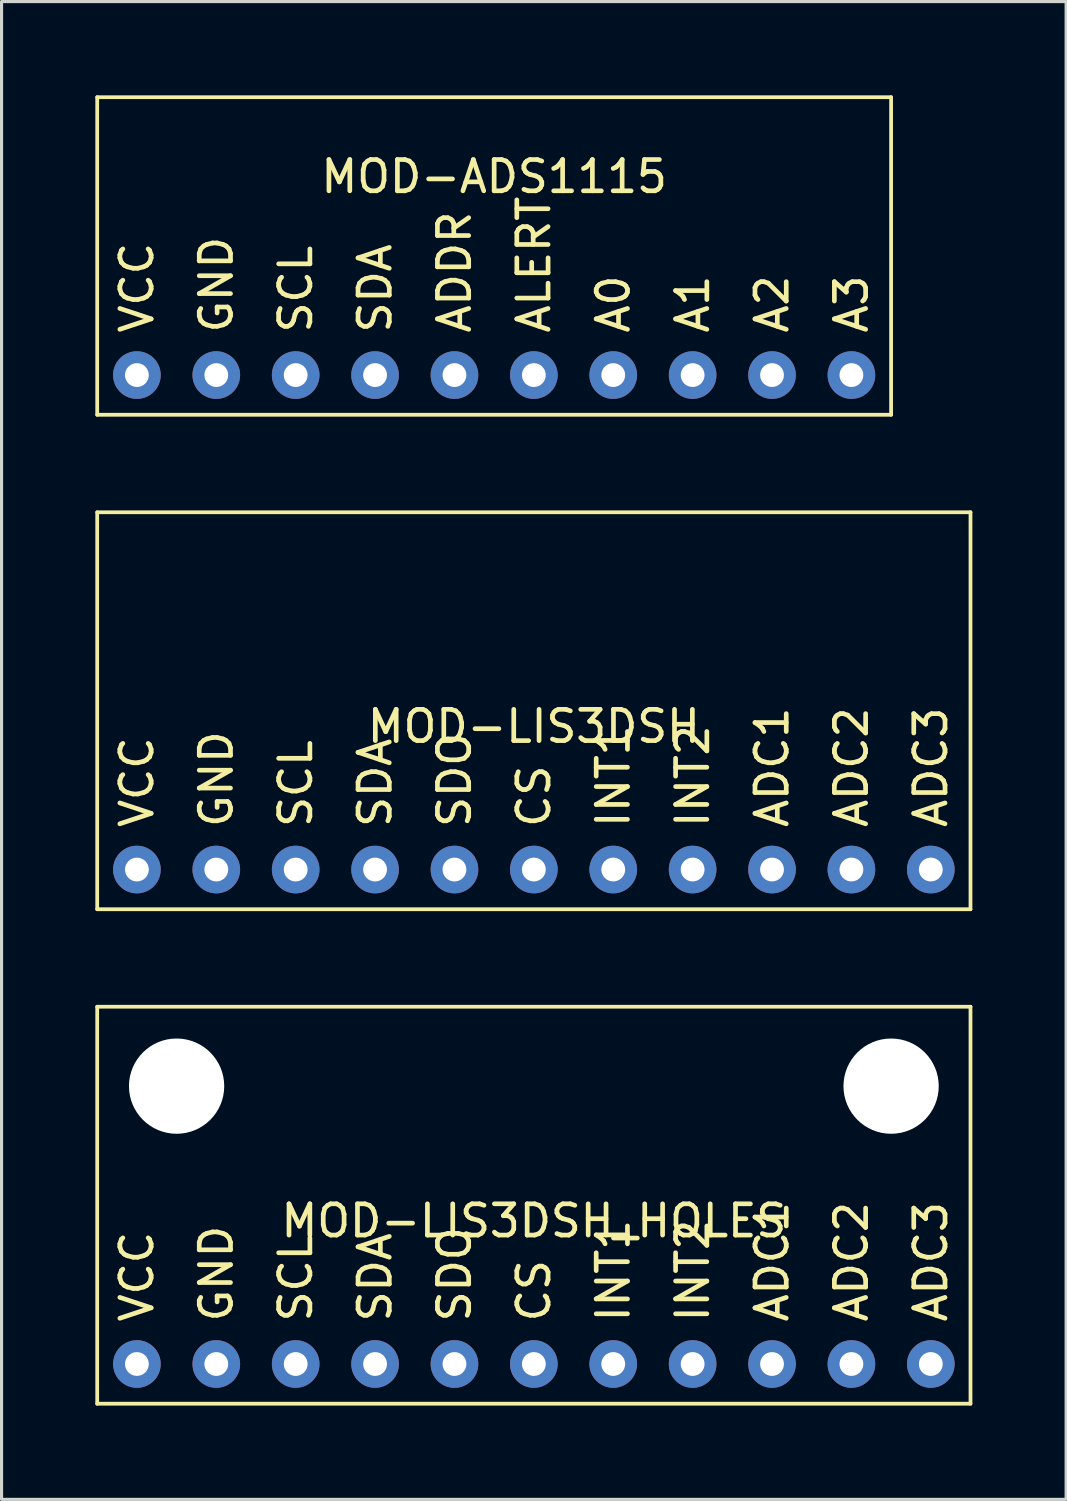
<source format=kicad_pcb>
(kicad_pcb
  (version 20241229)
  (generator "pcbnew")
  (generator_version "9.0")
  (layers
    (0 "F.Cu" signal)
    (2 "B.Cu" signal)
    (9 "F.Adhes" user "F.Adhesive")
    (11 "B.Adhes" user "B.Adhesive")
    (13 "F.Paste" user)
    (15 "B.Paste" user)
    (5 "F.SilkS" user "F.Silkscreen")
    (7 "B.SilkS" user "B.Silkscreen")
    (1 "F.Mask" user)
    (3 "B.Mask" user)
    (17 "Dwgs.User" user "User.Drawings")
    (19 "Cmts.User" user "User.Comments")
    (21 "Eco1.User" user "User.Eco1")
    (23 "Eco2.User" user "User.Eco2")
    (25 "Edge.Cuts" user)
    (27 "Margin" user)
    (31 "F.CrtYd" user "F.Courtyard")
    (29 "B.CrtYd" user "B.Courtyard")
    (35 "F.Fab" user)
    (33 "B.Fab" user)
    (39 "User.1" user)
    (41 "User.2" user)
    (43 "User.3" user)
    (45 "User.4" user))
  (footprint "MOD-ADS1115"
    (layer "F.Cu")
    (at 12.76 5.14)
    (property "Reference" "MOD-ADS1115" (at 0 -2.54 0) (layer "F.SilkS") (effects (font (size 1 1) (thickness 0.15))))
    (attr through_hole)
    (fp_line (start -12.7 -5.08) (end 12.7 -5.08) (stroke (width 0.12) (type solid)) (layer "F.SilkS"))
    (fp_line (start -12.7 5.08) (end -12.7 -5.08) (stroke (width 0.12) (type solid)) (layer "F.SilkS"))
    (fp_line (start 12.7 -5.08) (end 12.7 5.08) (stroke (width 0.12) (type solid)) (layer "F.SilkS"))
    (fp_line (start 12.7 5.08) (end -12.7 5.08) (stroke (width 0.12) (type solid)) (layer "F.SilkS"))
    (fp_text user "ADDR" (at -1.27 2.54 90) (layer "F.SilkS") (effects (font (size 1 1) (thickness 0.15)) (justify left)))
    (fp_text user "A2" (at 8.89 2.54 90) (layer "F.SilkS") (effects (font (size 1 1) (thickness 0.15)) (justify left)))
    (fp_text user "GND" (at -8.89 2.54 90) (layer "F.SilkS") (effects (font (size 1 1) (thickness 0.15)) (justify left)))
    (fp_text user "VCC" (at -11.43 2.54 90) (layer "F.SilkS") (effects (font (size 1 1) (thickness 0.15)) (justify left)))
    (fp_text user "A0" (at 3.81 2.54 90) (layer "F.SilkS") (effects (font (size 1 1) (thickness 0.15)) (justify left)))
    (fp_text user "A1" (at 6.35 2.54 90) (layer "F.SilkS") (effects (font (size 1 1) (thickness 0.15)) (justify left)))
    (fp_text user "A3" (at 11.43 2.54 90) (layer "F.SilkS") (effects (font (size 1 1) (thickness 0.15)) (justify left)))
    (fp_text user "ALERT" (at 1.27 2.54 90) (layer "F.SilkS") (effects (font (size 1 1) (thickness 0.15)) (justify left)))
    (fp_text user "SCL" (at -6.35 2.54 90) (layer "F.SilkS") (effects (font (size 1 1) (thickness 0.15)) (justify left)))
    (fp_text user "SDA" (at -3.81 2.54 90) (layer "F.SilkS") (effects (font (size 1 1) (thickness 0.15)) (justify left)))
    (pad "1" thru_hole circle (at -11.43 3.81) (size 1.524 1.524) (drill 0.762) (layers "*.Cu" "*.Mask"))
    (pad "2" thru_hole circle (at -8.89 3.81) (size 1.524 1.524) (drill 0.762) (layers "*.Cu" "*.Mask"))
    (pad "3" thru_hole circle (at -6.35 3.81) (size 1.524 1.524) (drill 0.762) (layers "*.Cu" "*.Mask"))
    (pad "4" thru_hole circle (at -3.81 3.81) (size 1.524 1.524) (drill 0.762) (layers "*.Cu" "*.Mask"))
    (pad "5" thru_hole circle (at -1.27 3.81) (size 1.524 1.524) (drill 0.762) (layers "*.Cu" "*.Mask"))
    (pad "6" thru_hole circle (at 1.27 3.81) (size 1.524 1.524) (drill 0.762) (layers "*.Cu" "*.Mask"))
    (pad "7" thru_hole circle (at 3.81 3.81) (size 1.524 1.524) (drill 0.762) (layers "*.Cu" "*.Mask"))
    (pad "8" thru_hole circle (at 6.35 3.81) (size 1.524 1.524) (drill 0.762) (layers "*.Cu" "*.Mask"))
    (pad "9" thru_hole circle (at 8.89 3.81) (size 1.524 1.524) (drill 0.762) (layers "*.Cu" "*.Mask"))
    (pad "10" thru_hole circle (at 11.43 3.81) (size 1.524 1.524) (drill 0.762) (layers "*.Cu" "*.Mask")))
  (footprint "MOD-LIS3DSH"
    (layer "F.Cu")
    (at 14.03 19.69)
    (property "Reference" "MOD-LIS3DSH" (at 0 0.5 0) (layer "F.SilkS") (effects (font (size 1 1) (thickness 0.15))))
    (attr through_hole)
    (fp_line (start -13.97 -6.35) (end 13.97 -6.35) (stroke (width 0.12) (type solid)) (layer "F.SilkS"))
    (fp_line (start -13.97 6.35) (end -13.97 -6.35) (stroke (width 0.12) (type solid)) (layer "F.SilkS"))
    (fp_line (start 13.97 -6.35) (end 13.97 6.35) (stroke (width 0.12) (type solid)) (layer "F.SilkS"))
    (fp_line (start 13.97 6.35) (end -13.97 6.35) (stroke (width 0.12) (type solid)) (layer "F.SilkS"))
    (fp_text user "INT2" (at 5.08 3.81 90) (layer "F.SilkS") (effects (font (size 1 1) (thickness 0.15)) (justify left)))
    (fp_text user "SDO" (at -2.54 3.81 90) (layer "F.SilkS") (effects (font (size 1 1) (thickness 0.15)) (justify left)))
    (fp_text user "VCC" (at -12.7 3.81 90) (layer "F.SilkS") (effects (font (size 1 1) (thickness 0.15)) (justify left)))
    (fp_text user "INT1" (at 2.54 3.81 90) (layer "F.SilkS") (effects (font (size 1 1) (thickness 0.15)) (justify left)))
    (fp_text user "SDA" (at -5.08 3.81 90) (layer "F.SilkS") (effects (font (size 1 1) (thickness 0.15)) (justify left)))
    (fp_text user "ADC3" (at 12.7 3.81 90) (layer "F.SilkS") (effects (font (size 1 1) (thickness 0.15)) (justify left)))
    (fp_text user "ADC2" (at 10.16 3.81 90) (layer "F.SilkS") (effects (font (size 1 1) (thickness 0.15)) (justify left)))
    (fp_text user "SCL" (at -7.62 3.81 90) (layer "F.SilkS") (effects (font (size 1 1) (thickness 0.15)) (justify left)))
    (fp_text user "ADC1" (at 7.62 3.81 90) (layer "F.SilkS") (effects (font (size 1 1) (thickness 0.15)) (justify left)))
    (fp_text user "GND" (at -10.16 3.81 90) (layer "F.SilkS") (effects (font (size 1 1) (thickness 0.15)) (justify left)))
    (fp_text user "CS" (at 0 3.81 90) (layer "F.SilkS") (effects (font (size 1 1) (thickness 0.15)) (justify left)))
    (pad "1" thru_hole circle (at -12.7 5.08) (size 1.524 1.524) (drill 0.762) (layers "*.Cu" "*.Mask"))
    (pad "2" thru_hole circle (at -10.16 5.08) (size 1.524 1.524) (drill 0.762) (layers "*.Cu" "*.Mask"))
    (pad "3" thru_hole circle (at -7.62 5.08) (size 1.524 1.524) (drill 0.762) (layers "*.Cu" "*.Mask"))
    (pad "4" thru_hole circle (at -5.08 5.08) (size 1.524 1.524) (drill 0.762) (layers "*.Cu" "*.Mask"))
    (pad "5" thru_hole circle (at -2.54 5.08) (size 1.524 1.524) (drill 0.762) (layers "*.Cu" "*.Mask"))
    (pad "6" thru_hole circle (at 0 5.08) (size 1.524 1.524) (drill 0.762) (layers "*.Cu" "*.Mask"))
    (pad "7" thru_hole circle (at 2.54 5.08) (size 1.524 1.524) (drill 0.762) (layers "*.Cu" "*.Mask"))
    (pad "8" thru_hole circle (at 5.08 5.08) (size 1.524 1.524) (drill 0.762) (layers "*.Cu" "*.Mask"))
    (pad "9" thru_hole circle (at 7.62 5.08) (size 1.524 1.524) (drill 0.762) (layers "*.Cu" "*.Mask"))
    (pad "10" thru_hole circle (at 10.16 5.08) (size 1.524 1.524) (drill 0.762) (layers "*.Cu" "*.Mask"))
    (pad "11" thru_hole circle (at 12.7 5.08) (size 1.524 1.524) (drill 0.762) (layers "*.Cu" "*.Mask")))
  (footprint "MOD-LIS3DSH_HOLES"
    (layer "F.Cu")
    (at 14.03 35.51)
    (property "Reference" "MOD-LIS3DSH_HOLES" (at 0 0.5 0) (layer "F.SilkS") (effects (font (size 1 1) (thickness 0.15))))
    (attr through_hole)
    (fp_line (start -13.97 -6.35) (end 13.97 -6.35) (stroke (width 0.12) (type solid)) (layer "F.SilkS"))
    (fp_line (start -13.97 6.35) (end -13.97 -6.35) (stroke (width 0.12) (type solid)) (layer "F.SilkS"))
    (fp_line (start 13.97 -6.35) (end 13.97 6.35) (stroke (width 0.12) (type solid)) (layer "F.SilkS"))
    (fp_line (start 13.97 6.35) (end -13.97 6.35) (stroke (width 0.12) (type solid)) (layer "F.SilkS"))
    (fp_text user "SCL" (at -7.62 3.81 90) (layer "F.SilkS") (effects (font (size 1 1) (thickness 0.15)) (justify left)))
    (fp_text user "INT1" (at 2.54 3.81 90) (layer "F.SilkS") (effects (font (size 1 1) (thickness 0.15)) (justify left)))
    (fp_text user "ADC2" (at 10.16 3.81 90) (layer "F.SilkS") (effects (font (size 1 1) (thickness 0.15)) (justify left)))
    (fp_text user "CS" (at 0 3.81 90) (layer "F.SilkS") (effects (font (size 1 1) (thickness 0.15)) (justify left)))
    (fp_text user "ADC1" (at 7.62 3.81 90) (layer "F.SilkS") (effects (font (size 1 1) (thickness 0.15)) (justify left)))
    (fp_text user "ADC3" (at 12.7 3.81 90) (layer "F.SilkS") (effects (font (size 1 1) (thickness 0.15)) (justify left)))
    (fp_text user "SDA" (at -5.08 3.81 90) (layer "F.SilkS") (effects (font (size 1 1) (thickness 0.15)) (justify left)))
    (fp_text user "VCC" (at -12.7 3.81 90) (layer "F.SilkS") (effects (font (size 1 1) (thickness 0.15)) (justify left)))
    (fp_text user "GND" (at -10.16 3.81 90) (layer "F.SilkS") (effects (font (size 1 1) (thickness 0.15)) (justify left)))
    (fp_text user "SDO" (at -2.54 3.81 90) (layer "F.SilkS") (effects (font (size 1 1) (thickness 0.15)) (justify left)))
    (fp_text user "INT2" (at 5.08 3.81 90) (layer "F.SilkS") (effects (font (size 1 1) (thickness 0.15)) (justify left)))
    (pad "" np_thru_hole circle (at -11.43 -3.81) (size 3.048 3.048) (drill 3.048) (layers "*.Cu" "*.Mask"))
    (pad "" np_thru_hole circle (at 11.43 -3.81) (size 3.048 3.048) (drill 3.048) (layers "*.Cu" "*.Mask"))
    (pad "1" thru_hole circle (at -12.7 5.08) (size 1.524 1.524) (drill 0.762) (layers "*.Cu" "*.Mask"))
    (pad "2" thru_hole circle (at -10.16 5.08) (size 1.524 1.524) (drill 0.762) (layers "*.Cu" "*.Mask"))
    (pad "3" thru_hole circle (at -7.62 5.08) (size 1.524 1.524) (drill 0.762) (layers "*.Cu" "*.Mask"))
    (pad "4" thru_hole circle (at -5.08 5.08) (size 1.524 1.524) (drill 0.762) (layers "*.Cu" "*.Mask"))
    (pad "5" thru_hole circle (at -2.54 5.08) (size 1.524 1.524) (drill 0.762) (layers "*.Cu" "*.Mask"))
    (pad "6" thru_hole circle (at 0 5.08) (size 1.524 1.524) (drill 0.762) (layers "*.Cu" "*.Mask"))
    (pad "7" thru_hole circle (at 2.54 5.08) (size 1.524 1.524) (drill 0.762) (layers "*.Cu" "*.Mask"))
    (pad "8" thru_hole circle (at 5.08 5.08) (size 1.524 1.524) (drill 0.762) (layers "*.Cu" "*.Mask"))
    (pad "9" thru_hole circle (at 7.62 5.08) (size 1.524 1.524) (drill 0.762) (layers "*.Cu" "*.Mask"))
    (pad "10" thru_hole circle (at 10.16 5.08) (size 1.524 1.524) (drill 0.762) (layers "*.Cu" "*.Mask"))
    (pad "11" thru_hole circle (at 12.7 5.08) (size 1.524 1.524) (drill 0.762) (layers "*.Cu" "*.Mask")))
  (gr_rect
    (start -3 -3)
    (end 31.06 44.92)
    (stroke (width 0.1) (type default))
    (fill no)
    (layer "Edge.Cuts")))
</source>
